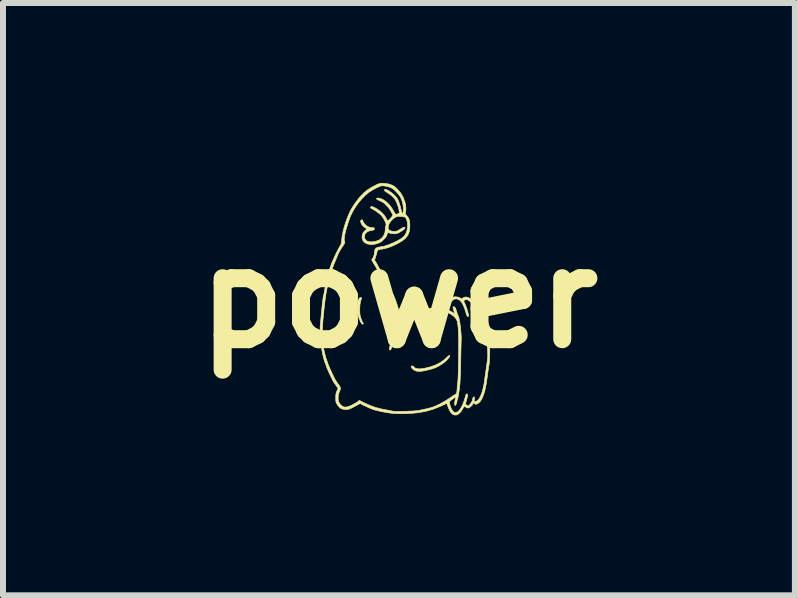
<source format=kicad_pcb>
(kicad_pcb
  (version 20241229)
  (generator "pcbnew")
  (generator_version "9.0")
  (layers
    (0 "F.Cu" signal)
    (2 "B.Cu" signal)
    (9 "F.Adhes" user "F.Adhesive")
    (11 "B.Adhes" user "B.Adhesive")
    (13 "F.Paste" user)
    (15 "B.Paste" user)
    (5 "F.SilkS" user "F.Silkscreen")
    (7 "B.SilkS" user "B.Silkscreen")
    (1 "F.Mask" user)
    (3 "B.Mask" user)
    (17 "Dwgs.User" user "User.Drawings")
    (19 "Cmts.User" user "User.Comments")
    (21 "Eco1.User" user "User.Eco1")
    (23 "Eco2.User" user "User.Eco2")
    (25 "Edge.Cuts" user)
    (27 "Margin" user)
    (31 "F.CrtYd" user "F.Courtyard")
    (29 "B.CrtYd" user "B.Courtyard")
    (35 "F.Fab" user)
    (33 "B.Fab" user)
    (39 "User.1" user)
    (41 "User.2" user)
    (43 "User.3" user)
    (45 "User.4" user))
  (footprint "power"
    (layer "F.Cu")
    (at 3.6 1.914)
    (property "Reference" "power" (at 0 0 0) (layer "F.SilkS") (effects (font (size 1.524 1.524) (thickness 0.3))))
    (attr through_hole)
    (fp_poly (pts (xy -0.627 -0.002) (xy -0.626 0.016) (xy -0.636 0.047) (xy -0.637 0.048) (xy -0.644 0.075) (xy -0.65 0.115) (xy -0.653 0.161) (xy -0.654 0.209) (xy -0.653 0.253) (xy -0.648 0.29) (xy -0.646 0.301) (xy -0.635 0.338) (xy -0.622 0.372) (xy -0.611 0.4) (xy -0.602 0.417) (xy -0.601 0.419) (xy -0.593 0.432) (xy -0.599 0.44) (xy -0.603 0.44) (xy -0.615 0.434) (xy -0.629 0.419) (xy -0.64 0.4) (xy -0.653 0.372) (xy -0.666 0.341) (xy -0.679 0.297) (xy -0.687 0.249) (xy -0.691 0.198) (xy -0.692 0.147) (xy -0.688 0.099) (xy -0.681 0.057) (xy -0.67 0.023) (xy -0.656 0.00042) (xy -0.64 -0.008) (xy -0.639 -0.008) (xy -0.627 -0.002)) (stroke (width 0.01) (type solid)) (fill yes) (layer "F.SilkS"))
    (fp_poly (pts (xy 0.846 0.961) (xy 0.847 0.968) (xy 0.84 0.987) (xy 0.821 1.012) (xy 0.794 1.041) (xy 0.76 1.072) (xy 0.722 1.1) (xy 0.699 1.115) (xy 0.657 1.14) (xy 0.618 1.16) (xy 0.578 1.176) (xy 0.532 1.19) (xy 0.475 1.204) (xy 0.451 1.21) (xy 0.389 1.222) (xy 0.338 1.226) (xy 0.298 1.223) (xy 0.265 1.212) (xy 0.261 1.21) (xy 0.233 1.191) (xy 0.212 1.169) (xy 0.203 1.148) (xy 0.203 1.145) (xy 0.21 1.137) (xy 0.224 1.135) (xy 0.238 1.14) (xy 0.243 1.146) (xy 0.265 1.168) (xy 0.299 1.181) (xy 0.346 1.184) (xy 0.405 1.178) (xy 0.419 1.176) (xy 0.52 1.152) (xy 0.607 1.121) (xy 0.684 1.082) (xy 0.752 1.034) (xy 0.784 1.006) (xy 0.812 0.979) (xy 0.831 0.964) (xy 0.841 0.958) (xy 0.846 0.961)) (stroke (width 0.01) (type solid)) (fill yes) (layer "F.SilkS"))
    (fp_poly (pts (xy -0.189 -1.901) (xy -0.146 -1.889) (xy -0.115 -1.878) (xy -0.091 -1.865) (xy -0.067 -1.849) (xy -0.041 -1.824) (xy -0.025 -1.809) (xy 0.029 -1.746) (xy 0.069 -1.677) (xy 0.099 -1.598) (xy 0.106 -1.571) (xy 0.114 -1.521) (xy 0.116 -1.473) (xy 0.111 -1.431) (xy 0.106 -1.413) (xy 0.109 -1.397) (xy 0.125 -1.373) (xy 0.13 -1.368) (xy 0.154 -1.339) (xy 0.169 -1.307) (xy 0.178 -1.269) (xy 0.181 -1.22) (xy 0.181 -1.198) (xy 0.178 -1.142) (xy 0.169 -1.097) (xy 0.154 -1.057) (xy 0.13 -1.019) (xy 0.126 -1.014) (xy 0.097 -0.983) (xy 0.053 -0.95) (xy 0.000171 -0.917) (xy -0.06 -0.886) (xy -0.122 -0.858) (xy -0.185 -0.835) (xy -0.244 -0.819) (xy -0.285 -0.812) (xy -0.324 -0.806) (xy -0.348 -0.799) (xy -0.36 -0.788) (xy -0.364 -0.773) (xy -0.366 -0.761) (xy -0.373 -0.737) (xy -0.382 -0.706) (xy -0.386 -0.695) (xy -0.407 -0.627) (xy -0.386 -0.595) (xy -0.373 -0.575) (xy -0.365 -0.56) (xy -0.364 -0.557) (xy -0.36 -0.548) (xy -0.349 -0.527) (xy -0.332 -0.497) (xy -0.311 -0.462) (xy -0.307 -0.455) (xy -0.286 -0.419) (xy -0.264 -0.379) (xy -0.242 -0.339) (xy -0.221 -0.3) (xy -0.204 -0.266) (xy -0.192 -0.24) (xy -0.187 -0.226) (xy -0.186 -0.224) (xy -0.182 -0.216) (xy -0.172 -0.196) (xy -0.156 -0.167) (xy -0.137 -0.132) (xy -0.135 -0.128) (xy -0.112 -0.084) (xy -0.089 -0.037) (xy -0.069 0.007) (xy -0.058 0.035) (xy -0.034 0.104) (xy -0.012 0.176) (xy 0.008 0.247) (xy 0.024 0.314) (xy 0.036 0.373) (xy 0.043 0.422) (xy 0.044 0.438) (xy 0.046 0.46) (xy 0.049 0.472) (xy 0.05 0.474) (xy 0.057 0.467) (xy 0.073 0.451) (xy 0.093 0.427) (xy 0.105 0.414) (xy 0.136 0.38) (xy 0.172 0.348) (xy 0.217 0.314) (xy 0.252 0.291) (xy 0.29 0.266) (xy 0.326 0.244) (xy 0.356 0.226) (xy 0.376 0.216) (xy 0.378 0.215) (xy 0.425 0.199) (xy 0.469 0.188) (xy 0.818 0.188) (xy 0.827 0.204) (xy 0.848 0.218) (xy 0.868 0.228) (xy 0.891 0.24) (xy 0.906 0.25) (xy 0.91 0.254) (xy 0.92 0.263) (xy 0.926 0.258) (xy 0.924 0.243) (xy 0.909 0.203) (xy 0.902 0.175) (xy 0.901 0.157) (xy 0.905 0.15) (xy 0.918 0.147) (xy 0.932 0.158) (xy 0.946 0.183) (xy 0.959 0.219) (xy 0.961 0.227) (xy 0.97 0.259) (xy 0.98 0.287) (xy 0.988 0.303) (xy 0.996 0.323) (xy 1.004 0.357) (xy 1.012 0.402) (xy 1.02 0.453) (xy 1.026 0.509) (xy 1.032 0.566) (xy 1.036 0.621) (xy 1.038 0.671) (xy 1.038 0.712) (xy 1.037 0.719) (xy 1.036 0.743) (xy 1.035 0.782) (xy 1.034 0.832) (xy 1.032 0.891) (xy 1.031 0.957) (xy 1.029 1.027) (xy 1.029 1.067) (xy 1.027 1.139) (xy 1.026 1.21) (xy 1.024 1.276) (xy 1.021 1.336) (xy 1.019 1.385) (xy 1.017 1.422) (xy 1.016 1.435) (xy 1.009 1.499) (xy 1.001 1.558) (xy 0.993 1.61) (xy 0.986 1.652) (xy 0.979 1.682) (xy 0.973 1.698) (xy 0.973 1.699) (xy 0.966 1.708) (xy 0.967 1.71) (xy 0.969 1.717) (xy 0.965 1.734) (xy 0.959 1.756) (xy 0.951 1.776) (xy 0.944 1.79) (xy 0.941 1.793) (xy 0.93 1.79) (xy 0.926 1.773) (xy 0.928 1.743) (xy 0.934 1.713) (xy 0.941 1.684) (xy 0.945 1.664) (xy 0.946 1.655) (xy 0.946 1.655) (xy 0.938 1.658) (xy 0.921 1.668) (xy 0.899 1.683) (xy 0.876 1.7) (xy 0.857 1.716) (xy 0.845 1.727) (xy 0.844 1.728) (xy 0.842 1.745) (xy 0.846 1.772) (xy 0.855 1.804) (xy 0.868 1.837) (xy 0.883 1.867) (xy 0.898 1.888) (xy 0.925 1.909) (xy 0.952 1.912) (xy 0.981 1.898) (xy 0.989 1.892) (xy 1.014 1.865) (xy 1.039 1.824) (xy 1.064 1.773) (xy 1.086 1.715) (xy 1.105 1.655) (xy 1.113 1.623) (xy 1.121 1.605) (xy 1.132 1.6) (xy 1.141 1.609) (xy 1.143 1.623) (xy 1.141 1.642) (xy 1.135 1.672) (xy 1.126 1.705) (xy 1.125 1.708) (xy 1.108 1.771) (xy 1.127 1.787) (xy 1.142 1.799) (xy 1.152 1.803) (xy 1.164 1.797) (xy 1.18 1.78) (xy 1.197 1.757) (xy 1.213 1.733) (xy 1.222 1.713) (xy 1.223 1.709) (xy 1.23 1.678) (xy 1.236 1.66) (xy 1.242 1.653) (xy 1.25 1.651) (xy 1.257 1.654) (xy 1.259 1.667) (xy 1.257 1.692) (xy 1.257 1.692) (xy 1.251 1.734) (xy 1.279 1.728) (xy 1.307 1.714) (xy 1.334 1.684) (xy 1.359 1.64) (xy 1.382 1.583) (xy 1.401 1.514) (xy 1.418 1.435) (xy 1.426 1.38) (xy 1.432 1.334) (xy 1.44 1.277) (xy 1.449 1.215) (xy 1.458 1.153) (xy 1.462 1.126) (xy 1.47 1.067) (xy 1.476 1.021) (xy 1.479 0.983) (xy 1.48 0.948) (xy 1.479 0.913) (xy 1.477 0.885) (xy 1.475 0.841) (xy 1.472 0.787) (xy 1.471 0.728) (xy 1.469 0.671) (xy 1.469 0.656) (xy 1.468 0.589) (xy 1.465 0.537) (xy 1.459 0.495) (xy 1.453 0.466) (xy 1.446 0.432) (xy 1.438 0.388) (xy 1.432 0.344) (xy 1.431 0.332) (xy 1.426 0.296) (xy 1.421 0.265) (xy 1.417 0.244) (xy 1.415 0.238) (xy 1.41 0.223) (xy 1.404 0.197) (xy 1.399 0.164) (xy 1.398 0.163) (xy 1.388 0.11) (xy 1.371 0.071) (xy 1.347 0.043) (xy 1.33 0.031) (xy 1.301 0.014) (xy 1.285 0.034) (xy 1.275 0.051) (xy 1.272 0.069) (xy 1.274 0.097) (xy 1.274 0.097) (xy 1.279 0.133) (xy 1.281 0.156) (xy 1.28 0.168) (xy 1.275 0.173) (xy 1.266 0.174) (xy 1.266 0.174) (xy 1.252 0.167) (xy 1.239 0.146) (xy 1.236 0.139) (xy 1.217 0.1) (xy 1.192 0.068) (xy 1.164 0.044) (xy 1.136 0.031) (xy 1.11 0.029) (xy 1.092 0.039) (xy 1.083 0.047) (xy 1.081 0.057) (xy 1.086 0.071) (xy 1.098 0.095) (xy 1.098 0.096) (xy 1.11 0.123) (xy 1.123 0.159) (xy 1.136 0.198) (xy 1.147 0.237) (xy 1.156 0.271) (xy 1.16 0.295) (xy 1.16 0.298) (xy 1.156 0.312) (xy 1.148 0.313) (xy 1.137 0.303) (xy 1.127 0.284) (xy 1.125 0.277) (xy 1.101 0.197) (xy 1.076 0.133) (xy 1.05 0.083) (xy 1.022 0.048) (xy 0.991 0.027) (xy 0.958 0.017) (xy 0.947 0.017) (xy 0.917 0.025) (xy 0.886 0.047) (xy 0.857 0.081) (xy 0.834 0.124) (xy 0.83 0.134) (xy 0.819 0.167) (xy 0.818 0.188) (xy 0.469 0.188) (xy 0.48 0.186) (xy 0.541 0.176) (xy 0.602 0.169) (xy 0.66 0.167) (xy 0.71 0.169) (xy 0.747 0.175) (xy 0.768 0.18) (xy 0.777 0.179) (xy 0.779 0.169) (xy 0.779 0.165) (xy 0.785 0.134) (xy 0.801 0.098) (xy 0.823 0.06) (xy 0.85 0.028) (xy 0.86 0.018) (xy 0.884 -0.002) (xy 0.903 -0.012) (xy 0.924 -0.016) (xy 0.943 -0.017) (xy 0.989 -0.011) (xy 1.014 0.000254) (xy 1.043 0.017) (xy 1.074 -0.001) (xy 1.097 -0.012) (xy 1.117 -0.014) (xy 1.142 -0.009) (xy 1.172 0.003) (xy 1.2 0.021) (xy 1.204 0.025) (xy 1.231 0.048) (xy 1.248 0.014) (xy 1.267 -0.013) (xy 1.29 -0.024) (xy 1.319 -0.02) (xy 1.343 -0.01) (xy 1.377 0.011) (xy 1.398 0.035) (xy 1.411 0.068) (xy 1.414 0.081) (xy 1.422 0.111) (xy 1.434 0.149) (xy 1.444 0.182) (xy 1.455 0.222) (xy 1.464 0.268) (xy 1.469 0.309) (xy 1.473 0.35) (xy 1.48 0.399) (xy 1.488 0.446) (xy 1.49 0.457) (xy 1.496 0.499) (xy 1.501 0.554) (xy 1.506 0.618) (xy 1.509 0.689) (xy 1.512 0.764) (xy 1.513 0.84) (xy 1.513 0.912) (xy 1.512 0.98) (xy 1.509 1.038) (xy 1.506 1.084) (xy 1.503 1.105) (xy 1.497 1.139) (xy 1.49 1.185) (xy 1.482 1.239) (xy 1.474 1.296) (xy 1.468 1.342) (xy 1.451 1.452) (xy 1.431 1.547) (xy 1.407 1.625) (xy 1.38 1.687) (xy 1.351 1.732) (xy 1.318 1.761) (xy 1.306 1.767) (xy 1.285 1.774) (xy 1.273 1.774) (xy 1.263 1.765) (xy 1.26 1.761) (xy 1.249 1.749) (xy 1.243 1.749) (xy 1.239 1.758) (xy 1.227 1.78) (xy 1.206 1.803) (xy 1.183 1.823) (xy 1.161 1.835) (xy 1.151 1.837) (xy 1.124 1.831) (xy 1.104 1.815) (xy 1.099 1.804) (xy 1.094 1.805) (xy 1.082 1.818) (xy 1.067 1.842) (xy 1.065 1.846) (xy 1.031 1.899) (xy 0.996 1.934) (xy 0.962 1.952) (xy 0.927 1.954) (xy 0.896 1.942) (xy 0.869 1.917) (xy 0.844 1.879) (xy 0.823 1.831) (xy 0.816 1.811) (xy 0.807 1.785) (xy 0.8 1.767) (xy 0.795 1.761) (xy 0.786 1.764) (xy 0.764 1.774) (xy 0.733 1.788) (xy 0.695 1.806) (xy 0.681 1.812) (xy 0.566 1.858) (xy 0.441 1.893) (xy 0.305 1.917) (xy 0.158 1.929) (xy 0.063 1.931) (xy -0.008 1.93) (xy -0.069 1.928) (xy -0.123 1.924) (xy -0.178 1.916) (xy -0.239 1.906) (xy -0.306 1.893) (xy -0.375 1.877) (xy -0.434 1.86) (xy -0.487 1.839) (xy -0.536 1.816) (xy -0.56 1.804) (xy -0.578 1.796) (xy -0.585 1.795) (xy -0.597 1.79) (xy -0.615 1.779) (xy -0.619 1.776) (xy -0.637 1.764) (xy -0.65 1.763) (xy -0.663 1.769) (xy -0.678 1.778) (xy -0.704 1.792) (xy -0.737 1.81) (xy -0.762 1.823) (xy -0.799 1.841) (xy -0.825 1.853) (xy -0.845 1.859) (xy -0.865 1.861) (xy -0.889 1.861) (xy -0.899 1.86) (xy -0.938 1.855) (xy -0.967 1.845) (xy -0.992 1.826) (xy -1.018 1.795) (xy -1.026 1.783) (xy -1.039 1.762) (xy -1.048 1.745) (xy -1.052 1.726) (xy -1.054 1.7) (xy -1.054 1.665) (xy -1.053 1.624) (xy -1.049 1.594) (xy -1.043 1.572) (xy -1.035 1.554) (xy -1.023 1.532) (xy -1.017 1.516) (xy -1.016 1.512) (xy -1.021 1.502) (xy -1.033 1.483) (xy -1.049 1.461) (xy -1.068 1.434) (xy -1.086 1.408) (xy -1.095 1.393) (xy -1.112 1.359) (xy -1.131 1.32) (xy -1.15 1.28) (xy -1.169 1.241) (xy -1.184 1.207) (xy -1.196 1.181) (xy -1.202 1.165) (xy -1.202 1.163) (xy -1.205 1.15) (xy -1.214 1.128) (xy -1.219 1.116) (xy -1.234 1.078) (xy -1.248 1.032) (xy -1.263 0.978) (xy -1.277 0.912) (xy -1.292 0.831) (xy -1.296 0.814) (xy -1.304 0.756) (xy -1.31 0.688) (xy -1.313 0.614) (xy -1.314 0.596) (xy -1.278 0.596) (xy -1.276 0.684) (xy -1.269 0.767) (xy -1.256 0.846) (xy -1.239 0.925) (xy -1.216 1.007) (xy -1.188 1.088) (xy -1.18 1.11) (xy -1.172 1.131) (xy -1.163 1.153) (xy -1.151 1.18) (xy -1.136 1.213) (xy -1.116 1.256) (xy -1.09 1.311) (xy -1.083 1.325) (xy -1.063 1.364) (xy -1.038 1.403) (xy -1.015 1.436) (xy -1.012 1.439) (xy -0.989 1.471) (xy -0.977 1.496) (xy -0.976 1.521) (xy -0.986 1.549) (xy -0.992 1.56) (xy -1.007 1.603) (xy -1.014 1.653) (xy -1.013 1.702) (xy -1.008 1.724) (xy -0.99 1.762) (xy -0.965 1.79) (xy -0.936 1.811) (xy -0.907 1.821) (xy -0.873 1.82) (xy -0.832 1.809) (xy -0.782 1.786) (xy -0.774 1.782) (xy -0.739 1.763) (xy -0.709 1.746) (xy -0.687 1.732) (xy -0.681 1.726) (xy -0.662 1.709) (xy -0.587 1.747) (xy -0.487 1.792) (xy -0.389 1.828) (xy -0.286 1.854) (xy -0.224 1.866) (xy -0.179 1.874) (xy -0.139 1.882) (xy -0.108 1.888) (xy -0.089 1.891) (xy -0.085 1.892) (xy -0.07 1.894) (xy -0.042 1.894) (xy -0.003 1.894) (xy 0.044 1.893) (xy 0.095 1.892) (xy 0.148 1.89) (xy 0.198 1.888) (xy 0.244 1.886) (xy 0.282 1.883) (xy 0.309 1.881) (xy 0.318 1.88) (xy 0.351 1.873) (xy 0.384 1.866) (xy 0.394 1.863) (xy 0.419 1.858) (xy 0.454 1.851) (xy 0.491 1.843) (xy 0.493 1.842) (xy 0.552 1.826) (xy 0.619 1.799) (xy 0.692 1.764) (xy 0.768 1.721) (xy 0.844 1.673) (xy 0.865 1.658) (xy 0.898 1.635) (xy 0.926 1.617) (xy 0.946 1.605) (xy 0.955 1.6) (xy 0.96 1.592) (xy 0.964 1.571) (xy 0.968 1.541) (xy 0.969 1.526) (xy 0.972 1.48) (xy 0.977 1.428) (xy 0.982 1.382) (xy 0.982 1.38) (xy 0.984 1.356) (xy 0.986 1.317) (xy 0.988 1.266) (xy 0.99 1.204) (xy 0.991 1.135) (xy 0.993 1.06) (xy 0.994 0.981) (xy 0.994 0.953) (xy 0.995 0.833) (xy 0.995 0.729) (xy 0.993 0.641) (xy 0.991 0.566) (xy 0.987 0.504) (xy 0.982 0.454) (xy 0.976 0.415) (xy 0.969 0.386) (xy 0.966 0.378) (xy 0.946 0.341) (xy 0.914 0.307) (xy 0.87 0.275) (xy 0.813 0.245) (xy 0.75 0.22) (xy 0.724 0.211) (xy 0.701 0.206) (xy 0.674 0.204) (xy 0.639 0.204) (xy 0.614 0.206) (xy 0.518 0.217) (xy 0.429 0.241) (xy 0.345 0.278) (xy 0.263 0.328) (xy 0.185 0.393) (xy 0.107 0.473) (xy 0.03 0.57) (xy 0.014 0.591) (xy -0.014 0.632) (xy -0.043 0.678) (xy -0.071 0.725) (xy -0.096 0.77) (xy -0.115 0.81) (xy -0.128 0.84) (xy -0.13 0.849) (xy -0.139 0.867) (xy -0.15 0.872) (xy -0.159 0.862) (xy -0.161 0.847) (xy -0.156 0.821) (xy -0.142 0.783) (xy -0.121 0.738) (xy -0.093 0.687) (xy -0.06 0.633) (xy -0.049 0.616) (xy -0.025 0.58) (xy -0.009 0.554) (xy 0.000058 0.533) (xy 0.005 0.515) (xy 0.007 0.494) (xy 0.008 0.477) (xy 0.005 0.433) (xy -0.003 0.376) (xy -0.017 0.312) (xy -0.034 0.242) (xy -0.054 0.17) (xy -0.077 0.1) (xy -0.101 0.035) (xy -0.125 -0.022) (xy -0.131 -0.034) (xy -0.169 -0.11) (xy -0.201 -0.174) (xy -0.228 -0.228) (xy -0.252 -0.275) (xy -0.275 -0.318) (xy -0.297 -0.358) (xy -0.32 -0.399) (xy -0.345 -0.444) (xy -0.375 -0.495) (xy -0.41 -0.554) (xy -0.43 -0.588) (xy -0.446 -0.614) (xy -0.453 -0.63) (xy -0.453 -0.64) (xy -0.447 -0.647) (xy -0.445 -0.648) (xy -0.433 -0.665) (xy -0.421 -0.692) (xy -0.412 -0.726) (xy -0.407 -0.76) (xy -0.406 -0.771) (xy -0.401 -0.803) (xy -0.384 -0.827) (xy -0.354 -0.842) (xy -0.311 -0.849) (xy -0.249 -0.86) (xy -0.178 -0.883) (xy -0.097 -0.916) (xy -0.025 -0.951) (xy 0.028 -0.981) (xy 0.068 -1.01) (xy 0.097 -1.041) (xy 0.117 -1.077) (xy 0.132 -1.116) (xy 0.142 -1.163) (xy 0.144 -1.213) (xy 0.14 -1.261) (xy 0.129 -1.302) (xy 0.119 -1.323) (xy 0.102 -1.344) (xy 0.088 -1.35) (xy 0.081 -1.349) (xy 0.065 -1.35) (xy 0.059 -1.356) (xy 0.05 -1.363) (xy 0.042 -1.357) (xy 0.028 -1.352) (xy 0.018 -1.356) (xy -0.004 -1.36) (xy -0.033 -1.355) (xy -0.066 -1.34) (xy -0.098 -1.318) (xy -0.1 -1.316) (xy -0.138 -1.276) (xy -0.165 -1.233) (xy -0.179 -1.189) (xy -0.18 -1.176) (xy -0.18 -1.152) (xy -0.173 -1.138) (xy -0.157 -1.125) (xy -0.154 -1.123) (xy -0.117 -1.11) (xy -0.082 -1.106) (xy -0.061 -1.107) (xy -0.043 -1.11) (xy -0.026 -1.116) (xy -0.003 -1.128) (xy 0.028 -1.148) (xy 0.043 -1.158) (xy 0.066 -1.17) (xy 0.086 -1.176) (xy 0.099 -1.176) (xy 0.102 -1.172) (xy 0.094 -1.154) (xy 0.072 -1.132) (xy 0.035 -1.107) (xy 0.026 -1.102) (xy -0.007 -1.083) (xy -0.032 -1.073) (xy -0.055 -1.068) (xy -0.078 -1.067) (xy -0.111 -1.07) (xy -0.143 -1.076) (xy -0.155 -1.079) (xy -0.176 -1.086) (xy -0.187 -1.085) (xy -0.193 -1.076) (xy -0.195 -1.07) (xy -0.201 -1.051) (xy -0.203 -1.042) (xy -0.209 -1.028) (xy -0.224 -1.007) (xy -0.246 -0.982) (xy -0.269 -0.958) (xy -0.292 -0.938) (xy -0.307 -0.928) (xy -0.36 -0.905) (xy -0.417 -0.891) (xy -0.475 -0.889) (xy -0.527 -0.898) (xy -0.545 -0.905) (xy -0.581 -0.929) (xy -0.605 -0.961) (xy -0.616 -1) (xy -0.614 -1.04) (xy -0.599 -1.081) (xy -0.571 -1.117) (xy -0.561 -1.125) (xy -0.532 -1.149) (xy -0.561 -1.166) (xy -0.59 -1.188) (xy -0.614 -1.214) (xy -0.631 -1.242) (xy -0.639 -1.268) (xy -0.637 -1.288) (xy -0.632 -1.295) (xy -0.615 -1.301) (xy -0.604 -1.293) (xy -0.601 -1.28) (xy -0.595 -1.261) (xy -0.578 -1.237) (xy -0.554 -1.213) (xy -0.528 -1.193) (xy -0.514 -1.185) (xy -0.483 -1.174) (xy -0.449 -1.169) (xy -0.442 -1.168) (xy -0.419 -1.167) (xy -0.409 -1.163) (xy -0.41 -1.155) (xy -0.414 -1.14) (xy -0.415 -1.135) (xy -0.422 -1.13) (xy -0.442 -1.126) (xy -0.458 -1.123) (xy -0.505 -1.112) (xy -0.541 -1.091) (xy -0.565 -1.063) (xy -0.575 -1.029) (xy -0.571 -0.992) (xy -0.563 -0.974) (xy -0.541 -0.95) (xy -0.506 -0.936) (xy -0.458 -0.932) (xy -0.397 -0.94) (xy -0.387 -0.942) (xy -0.334 -0.961) (xy -0.29 -0.992) (xy -0.256 -1.034) (xy -0.235 -1.084) (xy -0.229 -1.131) (xy -0.227 -1.163) (xy -0.222 -1.192) (xy -0.219 -1.201) (xy -0.215 -1.218) (xy -0.216 -1.234) (xy -0.223 -1.255) (xy -0.236 -1.283) (xy -0.254 -1.316) (xy -0.276 -1.35) (xy -0.293 -1.371) (xy -0.316 -1.393) (xy -0.347 -1.418) (xy -0.382 -1.444) (xy -0.415 -1.465) (xy -0.444 -1.481) (xy -0.455 -1.485) (xy -0.47 -1.495) (xy -0.474 -1.509) (xy -0.465 -1.52) (xy -0.463 -1.52) (xy -0.445 -1.52) (xy -0.417 -1.509) (xy -0.382 -1.491) (xy -0.344 -1.466) (xy -0.305 -1.436) (xy -0.285 -1.42) (xy -0.243 -1.373) (xy -0.215 -1.329) (xy -0.202 -1.304) (xy -0.192 -1.286) (xy -0.186 -1.281) (xy -0.179 -1.287) (xy -0.163 -1.303) (xy -0.142 -1.325) (xy -0.138 -1.33) (xy -0.115 -1.356) (xy -0.103 -1.375) (xy -0.101 -1.385) (xy -0.101 -1.385) (xy -0.109 -1.396) (xy -0.121 -1.418) (xy -0.132 -1.439) (xy -0.157 -1.48) (xy -0.192 -1.524) (xy -0.23 -1.563) (xy -0.257 -1.585) (xy -0.279 -1.599) (xy -0.309 -1.613) (xy -0.329 -1.622) (xy -0.359 -1.637) (xy -0.374 -1.649) (xy -0.375 -1.658) (xy -0.36 -1.662) (xy -0.344 -1.663) (xy -0.302 -1.654) (xy -0.256 -1.632) (xy -0.21 -1.598) (xy -0.165 -1.555) (xy -0.125 -1.505) (xy -0.093 -1.452) (xy -0.074 -1.417) (xy -0.058 -1.397) (xy -0.045 -1.389) (xy -0.033 -1.394) (xy -0.032 -1.396) (xy -0.015 -1.404) (xy -0.006 -1.405) (xy 0.003 -1.407) (xy 0.006 -1.416) (xy 0.005 -1.435) (xy 0.004 -1.446) (xy -0.007 -1.498) (xy -0.024 -1.552) (xy -0.045 -1.603) (xy -0.068 -1.644) (xy -0.075 -1.654) (xy -0.099 -1.68) (xy -0.131 -1.709) (xy -0.157 -1.728) (xy -0.197 -1.754) (xy -0.224 -1.773) (xy -0.24 -1.786) (xy -0.246 -1.795) (xy -0.244 -1.801) (xy -0.235 -1.806) (xy -0.233 -1.806) (xy -0.215 -1.805) (xy -0.188 -1.794) (xy -0.156 -1.775) (xy -0.121 -1.75) (xy -0.086 -1.72) (xy -0.076 -1.71) (xy -0.048 -1.68) (xy -0.029 -1.655) (xy -0.015 -1.629) (xy -0.002 -1.597) (xy 0.001 -1.587) (xy 0.015 -1.545) (xy 0.028 -1.499) (xy 0.038 -1.458) (xy 0.038 -1.458) (xy 0.048 -1.424) (xy 0.056 -1.407) (xy 0.063 -1.407) (xy 0.069 -1.424) (xy 0.073 -1.458) (xy 0.073 -1.458) (xy 0.073 -1.503) (xy 0.066 -1.556) (xy 0.053 -1.61) (xy 0.035 -1.659) (xy 0.032 -1.666) (xy 0.014 -1.696) (xy -0.013 -1.732) (xy -0.046 -1.767) (xy -0.078 -1.799) (xy -0.108 -1.823) (xy -0.12 -1.829) (xy -0.152 -1.843) (xy -0.19 -1.854) (xy -0.23 -1.863) (xy -0.266 -1.868) (xy -0.291 -1.867) (xy -0.292 -1.867) (xy -0.317 -1.859) (xy -0.351 -1.844) (xy -0.392 -1.824) (xy -0.434 -1.801) (xy -0.474 -1.777) (xy -0.507 -1.755) (xy -0.516 -1.748) (xy -0.568 -1.703) (xy -0.622 -1.647) (xy -0.675 -1.584) (xy -0.722 -1.518) (xy -0.761 -1.456) (xy -0.774 -1.431) (xy -0.787 -1.404) (xy -0.798 -1.382) (xy -0.804 -1.372) (xy -0.809 -1.361) (xy -0.815 -1.345) (xy -0.824 -1.321) (xy -0.835 -1.288) (xy -0.85 -1.243) (xy -0.868 -1.183) (xy -0.869 -1.183) (xy -0.889 -1.115) (xy -0.903 -1.055) (xy -0.911 -1.005) (xy -0.913 -0.967) (xy -0.909 -0.941) (xy -0.906 -0.935) (xy -0.902 -0.927) (xy -0.904 -0.916) (xy -0.912 -0.899) (xy -0.929 -0.872) (xy -0.944 -0.851) (xy -0.968 -0.814) (xy -0.989 -0.778) (xy -1.006 -0.746) (xy -1.012 -0.734) (xy -1.022 -0.71) (xy -1.037 -0.674) (xy -1.054 -0.632) (xy -1.073 -0.587) (xy -1.078 -0.576) (xy -1.097 -0.528) (xy -1.115 -0.479) (xy -1.13 -0.433) (xy -1.141 -0.397) (xy -1.142 -0.393) (xy -1.151 -0.358) (xy -1.159 -0.329) (xy -1.166 -0.309) (xy -1.168 -0.306) (xy -1.175 -0.283) (xy -1.177 -0.269) (xy -1.179 -0.25) (xy -1.185 -0.222) (xy -1.19 -0.199) (xy -1.201 -0.152) (xy -1.212 -0.096) (xy -1.222 -0.03) (xy -1.233 0.048) (xy -1.244 0.14) (xy -1.255 0.247) (xy -1.258 0.271) (xy -1.269 0.392) (xy -1.276 0.5) (xy -1.278 0.596) (xy -1.314 0.596) (xy -1.315 0.541) (xy -1.313 0.473) (xy -1.309 0.423) (xy -1.307 0.401) (xy -1.303 0.365) (xy -1.299 0.318) (xy -1.294 0.265) (xy -1.288 0.209) (xy -1.287 0.197) (xy -1.282 0.141) (xy -1.276 0.089) (xy -1.271 0.043) (xy -1.266 0.007) (xy -1.262 -0.016) (xy -1.261 -0.019) (xy -1.256 -0.041) (xy -1.249 -0.075) (xy -1.241 -0.117) (xy -1.233 -0.162) (xy -1.232 -0.165) (xy -1.199 -0.325) (xy -1.158 -0.473) (xy -1.143 -0.518) (xy -1.128 -0.559) (xy -1.107 -0.61) (xy -1.082 -0.666) (xy -1.056 -0.723) (xy -1.029 -0.778) (xy -1.005 -0.825) (xy -0.984 -0.861) (xy -0.983 -0.864) (xy -0.97 -0.886) (xy -0.962 -0.909) (xy -0.957 -0.938) (xy -0.954 -0.978) (xy -0.954 -0.978) (xy -0.946 -1.037) (xy -0.932 -1.107) (xy -0.912 -1.184) (xy -0.887 -1.263) (xy -0.858 -1.341) (xy -0.833 -1.4) (xy -0.805 -1.459) (xy -0.774 -1.513) (xy -0.737 -1.569) (xy -0.707 -1.611) (xy -0.648 -1.685) (xy -0.589 -1.746) (xy -0.527 -1.797) (xy -0.458 -1.841) (xy -0.408 -1.868) (xy -0.37 -1.887) (xy -0.342 -1.899) (xy -0.318 -1.906) (xy -0.295 -1.909) (xy -0.267 -1.909) (xy -0.267 -1.909) (xy -0.189 -1.901)) (stroke (width 0.01) (type solid)) (fill yes) (layer "F.SilkS")))
  (gr_rect
    (start -3 -3)
    (end 10.199 6.873)
    (stroke (width 0.1) (type default))
    (fill no)
    (layer "Edge.Cuts")))
</source>
